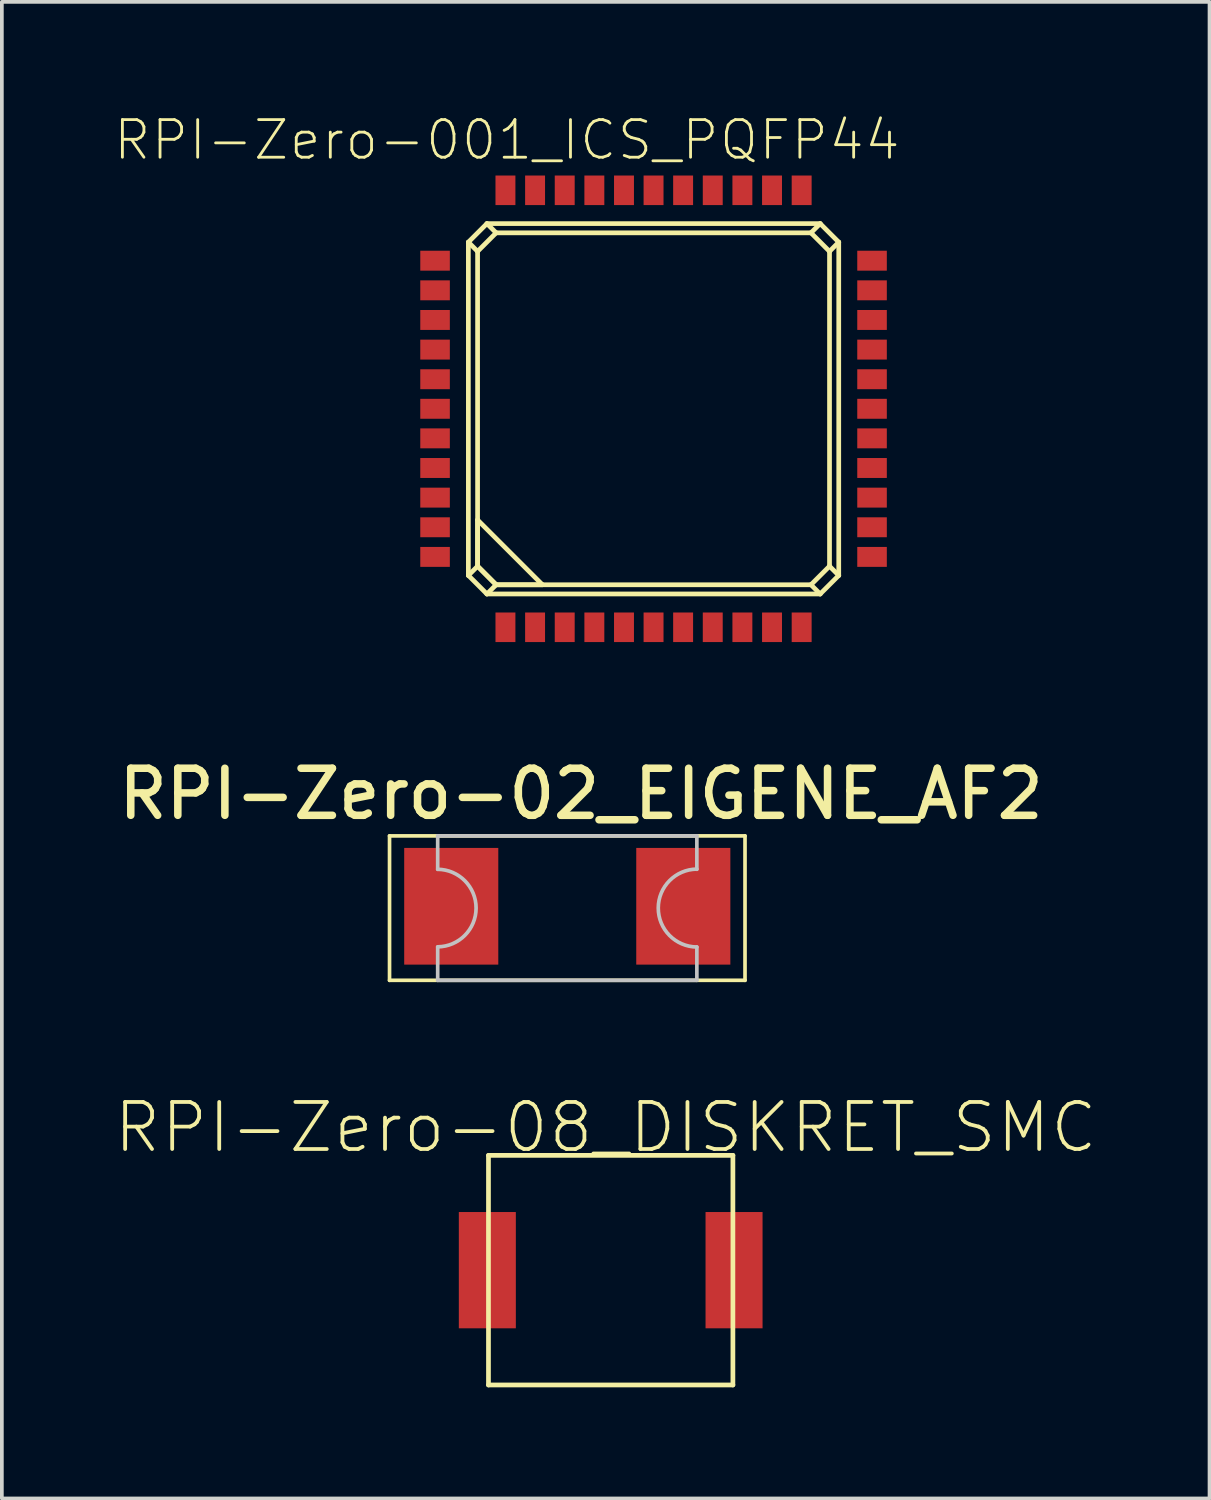
<source format=kicad_pcb>
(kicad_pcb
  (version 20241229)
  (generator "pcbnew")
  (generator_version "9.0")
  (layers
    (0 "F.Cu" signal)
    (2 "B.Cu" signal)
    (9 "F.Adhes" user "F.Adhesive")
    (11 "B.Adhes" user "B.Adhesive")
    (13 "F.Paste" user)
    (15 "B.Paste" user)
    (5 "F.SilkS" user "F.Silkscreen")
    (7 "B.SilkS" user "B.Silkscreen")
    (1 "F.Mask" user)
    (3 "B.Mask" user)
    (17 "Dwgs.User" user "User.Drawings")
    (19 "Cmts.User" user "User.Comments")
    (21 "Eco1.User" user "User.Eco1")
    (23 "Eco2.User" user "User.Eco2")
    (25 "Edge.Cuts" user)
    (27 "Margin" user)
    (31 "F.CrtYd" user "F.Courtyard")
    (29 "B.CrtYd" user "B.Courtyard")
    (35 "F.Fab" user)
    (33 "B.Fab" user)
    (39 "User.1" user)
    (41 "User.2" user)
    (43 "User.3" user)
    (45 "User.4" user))
  (footprint "RPI-Zero-08_DISKRET_SMC"
    (layer "F.Cu")
    (at 13.435 31.237)
    (property "Reference" "RPI-Zero-08_DISKRET_SMC" (at -0.135 -3.853 0) (layer "F.SilkS") (effects (font (size 1.27 1.27) (thickness 0.102))))
    (attr smd)
    (fp_line (start -3.299 -3.099) (end 3.299 -3.099) (stroke (width 0.127) (type solid)) (layer "F.SilkS"))
    (fp_line (start -3.299 3.099) (end -3.299 -3.099) (stroke (width 0.127) (type solid)) (layer "F.SilkS"))
    (fp_line (start 3.299 -3.099) (end 3.299 3.099) (stroke (width 0.127) (type solid)) (layer "F.SilkS"))
    (fp_line (start 3.299 3.099) (end -3.299 3.099) (stroke (width 0.127) (type solid)) (layer "F.SilkS"))
    (pad "P$1" smd rect (at -3.33 0 90) (size 3.139 1.539) (layers "F.Cu" "F.Mask" "F.Paste"))
    (pad "P$2" smd rect (at 3.33 0 90) (size 3.139 1.539) (layers "F.Cu" "F.Mask" "F.Paste")))
  (footprint "RPI-Zero-001_ICS_PQFP44"
    (layer "F.Cu")
    (at 14.592 7.985)
    (property "Reference" "RPI-Zero-001_ICS_PQFP44" (at -3.96 -7.257 0) (layer "F.SilkS") (effects (font (size 1.016 1.016) (thickness 0.076))))
    (attr smd)
    (fp_line (start -4.999 -4.498) (end -4.999 4.498) (stroke (width 0.127) (type solid)) (layer "F.SilkS"))
    (fp_line (start -4.999 4.498) (end -4.498 4.999) (stroke (width 0.127) (type solid)) (layer "F.SilkS"))
    (fp_line (start -4.75 -4.249) (end -4.999 -4.498) (stroke (width 0.127) (type solid)) (layer "F.SilkS"))
    (fp_line (start -4.75 -4.249) (end -4.75 4.249) (stroke (width 0.127) (type solid)) (layer "F.SilkS"))
    (fp_line (start -4.75 3) (end -3 4.75) (stroke (width 0.127) (type solid)) (layer "F.SilkS"))
    (fp_line (start -4.75 4.249) (end -4.999 4.498) (stroke (width 0.127) (type solid)) (layer "F.SilkS"))
    (fp_line (start -4.75 4.249) (end -4.75 3) (stroke (width 0.127) (type solid)) (layer "F.SilkS"))
    (fp_line (start -4.75 4.249) (end -4.249 4.75) (stroke (width 0.127) (type solid)) (layer "F.SilkS"))
    (fp_line (start -4.498 -4.999) (end -4.999 -4.498) (stroke (width 0.127) (type solid)) (layer "F.SilkS"))
    (fp_line (start -4.498 4.999) (end -4.249 4.75) (stroke (width 0.127) (type solid)) (layer "F.SilkS"))
    (fp_line (start -4.498 4.999) (end 4.498 4.999) (stroke (width 0.127) (type solid)) (layer "F.SilkS"))
    (fp_line (start -4.249 -4.75) (end -4.75 -4.249) (stroke (width 0.127) (type solid)) (layer "F.SilkS"))
    (fp_line (start -4.249 -4.75) (end -4.498 -4.999) (stroke (width 0.127) (type solid)) (layer "F.SilkS"))
    (fp_line (start -4.249 4.75) (end -4.75 4.249) (stroke (width 0.127) (type solid)) (layer "F.SilkS"))
    (fp_line (start -4.249 4.75) (end 4.249 4.75) (stroke (width 0.127) (type solid)) (layer "F.SilkS"))
    (fp_line (start -3 4.75) (end -4.249 4.75) (stroke (width 0.127) (type solid)) (layer "F.SilkS"))
    (fp_line (start 4.249 -4.75) (end -4.249 -4.75) (stroke (width 0.127) (type solid)) (layer "F.SilkS"))
    (fp_line (start 4.249 -4.75) (end 4.498 -4.999) (stroke (width 0.127) (type solid)) (layer "F.SilkS"))
    (fp_line (start 4.249 4.75) (end 4.75 4.249) (stroke (width 0.127) (type solid)) (layer "F.SilkS"))
    (fp_line (start 4.498 -4.999) (end -4.498 -4.999) (stroke (width 0.127) (type solid)) (layer "F.SilkS"))
    (fp_line (start 4.498 4.999) (end 4.249 4.75) (stroke (width 0.127) (type solid)) (layer "F.SilkS"))
    (fp_line (start 4.498 4.999) (end 4.999 4.498) (stroke (width 0.127) (type solid)) (layer "F.SilkS"))
    (fp_line (start 4.75 -4.249) (end 4.249 -4.75) (stroke (width 0.127) (type solid)) (layer "F.SilkS"))
    (fp_line (start 4.75 -4.249) (end 4.999 -4.498) (stroke (width 0.127) (type solid)) (layer "F.SilkS"))
    (fp_line (start 4.75 4.249) (end 4.75 -4.249) (stroke (width 0.127) (type solid)) (layer "F.SilkS"))
    (fp_line (start 4.999 -4.498) (end 4.498 -4.999) (stroke (width 0.127) (type solid)) (layer "F.SilkS"))
    (fp_line (start 4.999 4.498) (end 4.75 4.249) (stroke (width 0.127) (type solid)) (layer "F.SilkS"))
    (fp_line (start 4.999 4.498) (end 4.999 -4.498) (stroke (width 0.127) (type solid)) (layer "F.SilkS"))
    (pad "1" smd rect (at -3.998 5.898 90) (size 0.798 0.538) (layers "F.Cu" "F.Mask" "F.Paste"))
    (pad "2" smd rect (at -3.198 5.898 90) (size 0.798 0.538) (layers "F.Cu" "F.Mask" "F.Paste"))
    (pad "3" smd rect (at -2.398 5.898 90) (size 0.798 0.538) (layers "F.Cu" "F.Mask" "F.Paste"))
    (pad "4" smd rect (at -1.598 5.898 90) (size 0.798 0.538) (layers "F.Cu" "F.Mask" "F.Paste"))
    (pad "5" smd rect (at -0.798 5.898 90) (size 0.798 0.538) (layers "F.Cu" "F.Mask" "F.Paste"))
    (pad "6" smd rect (at 0 5.898 90) (size 0.798 0.538) (layers "F.Cu" "F.Mask" "F.Paste"))
    (pad "7" smd rect (at 0.798 5.898 90) (size 0.798 0.538) (layers "F.Cu" "F.Mask" "F.Paste"))
    (pad "8" smd rect (at 1.598 5.898 90) (size 0.798 0.538) (layers "F.Cu" "F.Mask" "F.Paste"))
    (pad "9" smd rect (at 2.398 5.898 90) (size 0.798 0.538) (layers "F.Cu" "F.Mask" "F.Paste"))
    (pad "10" smd rect (at 3.198 5.898 90) (size 0.798 0.538) (layers "F.Cu" "F.Mask" "F.Paste"))
    (pad "11" smd rect (at 3.998 5.898 90) (size 0.798 0.538) (layers "F.Cu" "F.Mask" "F.Paste"))
    (pad "12" smd rect (at 5.898 3.998 180) (size 0.798 0.538) (layers "F.Cu" "F.Mask" "F.Paste"))
    (pad "13" smd rect (at 5.898 3.198 180) (size 0.798 0.538) (layers "F.Cu" "F.Mask" "F.Paste"))
    (pad "14" smd rect (at 5.898 2.398 180) (size 0.798 0.538) (layers "F.Cu" "F.Mask" "F.Paste"))
    (pad "15" smd rect (at 5.898 1.598 180) (size 0.798 0.538) (layers "F.Cu" "F.Mask" "F.Paste"))
    (pad "16" smd rect (at 5.898 0.798 180) (size 0.798 0.538) (layers "F.Cu" "F.Mask" "F.Paste"))
    (pad "17" smd rect (at 5.898 0 180) (size 0.798 0.538) (layers "F.Cu" "F.Mask" "F.Paste"))
    (pad "18" smd rect (at 5.898 -0.798 180) (size 0.798 0.538) (layers "F.Cu" "F.Mask" "F.Paste"))
    (pad "19" smd rect (at 5.898 -1.598 180) (size 0.798 0.538) (layers "F.Cu" "F.Mask" "F.Paste"))
    (pad "20" smd rect (at 5.898 -2.398 180) (size 0.798 0.538) (layers "F.Cu" "F.Mask" "F.Paste"))
    (pad "21" smd rect (at 5.898 -3.198 180) (size 0.798 0.538) (layers "F.Cu" "F.Mask" "F.Paste"))
    (pad "22" smd rect (at 5.898 -3.998 180) (size 0.798 0.538) (layers "F.Cu" "F.Mask" "F.Paste"))
    (pad "23" smd rect (at 3.998 -5.898 270) (size 0.798 0.538) (layers "F.Cu" "F.Mask" "F.Paste"))
    (pad "24" smd rect (at 3.198 -5.898 270) (size 0.798 0.538) (layers "F.Cu" "F.Mask" "F.Paste"))
    (pad "25" smd rect (at 2.398 -5.898 270) (size 0.798 0.538) (layers "F.Cu" "F.Mask" "F.Paste"))
    (pad "26" smd rect (at 1.598 -5.898 270) (size 0.798 0.538) (layers "F.Cu" "F.Mask" "F.Paste"))
    (pad "27" smd rect (at 0.798 -5.898 270) (size 0.798 0.538) (layers "F.Cu" "F.Mask" "F.Paste"))
    (pad "28" smd rect (at 0 -5.898 270) (size 0.798 0.538) (layers "F.Cu" "F.Mask" "F.Paste"))
    (pad "29" smd rect (at -0.798 -5.898 270) (size 0.798 0.538) (layers "F.Cu" "F.Mask" "F.Paste"))
    (pad "30" smd rect (at -1.598 -5.898 270) (size 0.798 0.538) (layers "F.Cu" "F.Mask" "F.Paste"))
    (pad "31" smd rect (at -2.398 -5.898 270) (size 0.798 0.538) (layers "F.Cu" "F.Mask" "F.Paste"))
    (pad "32" smd rect (at -3.198 -5.898 270) (size 0.798 0.538) (layers "F.Cu" "F.Mask" "F.Paste"))
    (pad "33" smd rect (at -3.998 -5.898 270) (size 0.798 0.538) (layers "F.Cu" "F.Mask" "F.Paste"))
    (pad "34" smd rect (at -5.898 -3.998) (size 0.798 0.538) (layers "F.Cu" "F.Mask" "F.Paste"))
    (pad "35" smd rect (at -5.898 -3.198) (size 0.798 0.538) (layers "F.Cu" "F.Mask" "F.Paste"))
    (pad "36" smd rect (at -5.898 -2.398) (size 0.798 0.538) (layers "F.Cu" "F.Mask" "F.Paste"))
    (pad "37" smd rect (at -5.898 -1.598) (size 0.798 0.538) (layers "F.Cu" "F.Mask" "F.Paste"))
    (pad "38" smd rect (at -5.898 -0.798) (size 0.798 0.538) (layers "F.Cu" "F.Mask" "F.Paste"))
    (pad "39" smd rect (at -5.898 0) (size 0.798 0.538) (layers "F.Cu" "F.Mask" "F.Paste"))
    (pad "40" smd rect (at -5.898 0.798) (size 0.798 0.538) (layers "F.Cu" "F.Mask" "F.Paste"))
    (pad "41" smd rect (at -5.898 1.598) (size 0.798 0.538) (layers "F.Cu" "F.Mask" "F.Paste"))
    (pad "42" smd rect (at -5.898 2.398) (size 0.798 0.538) (layers "F.Cu" "F.Mask" "F.Paste"))
    (pad "43" smd rect (at -5.898 3.198) (size 0.798 0.538) (layers "F.Cu" "F.Mask" "F.Paste"))
    (pad "44" smd rect (at -5.898 3.998) (size 0.798 0.538) (layers "F.Cu" "F.Mask" "F.Paste")))
  (footprint "RPI-Zero-02_EIGENE_AF2"
    (layer "F.Cu")
    (at 12.263 21.414)
    (property "Reference" "RPI-Zero-02_EIGENE_AF2" (at 0.373 -3.033 0) (layer "F.SilkS") (effects (font (size 1.27 1.27) (thickness 0.203))))
    (attr smd)
    (fp_line (start -4.798 -1.9) (end 4.798 -1.9) (stroke (width 0.099) (type solid)) (layer "F.SilkS"))
    (fp_line (start -4.798 1.999) (end -4.798 -1.9) (stroke (width 0.099) (type solid)) (layer "F.SilkS"))
    (fp_line (start 4.798 -1.9) (end 4.798 1.999) (stroke (width 0.099) (type solid)) (layer "F.SilkS"))
    (fp_line (start 4.798 1.999) (end -4.798 1.999) (stroke (width 0.099) (type solid)) (layer "F.SilkS"))
    (fp_line (start -3.498 -1.9) (end -3.498 -0.998) (stroke (width 0.099) (type solid)) (layer "Dwgs.User"))
    (fp_line (start -3.498 1.1) (end -3.498 1.999) (stroke (width 0.099) (type solid)) (layer "Dwgs.User"))
    (fp_line (start -3.498 1.999) (end 3.498 1.999) (stroke (width 0.099) (type solid)) (layer "Dwgs.User"))
    (fp_line (start 3.498 -1.9) (end -3.498 -1.9) (stroke (width 0.099) (type solid)) (layer "Dwgs.User"))
    (fp_line (start 3.498 -0.998) (end 3.498 -1.9) (stroke (width 0.099) (type solid)) (layer "Dwgs.User"))
    (fp_line (start 3.498 1.999) (end 3.498 1.1) (stroke (width 0.099) (type solid)) (layer "Dwgs.User"))
    (fp_arc (start -3.49758 -0.99822) (mid -2.4511 0.04826) (end -3.49758 1.09474) (stroke (width 0.09906) (type solid)) (layer "Dwgs.User"))
    (fp_arc (start 3.49758 1.09982) (mid 2.44602 0.04826) (end 3.49758 -1.0033) (stroke (width 0.09906) (type solid)) (layer "Dwgs.User"))
    (pad "P$1" smd rect (at -3.132 0) (size 2.54 3.15) (layers "F.Cu" "F.Mask" "F.Paste"))
    (pad "P$2" smd rect (at 3.132 0) (size 2.54 3.15) (layers "F.Cu" "F.Mask" "F.Paste")))
  (gr_rect
    (start -3 -3)
    (end 29.6 37.399)
    (stroke (width 0.1) (type default))
    (fill no)
    (layer "Edge.Cuts")))
</source>
